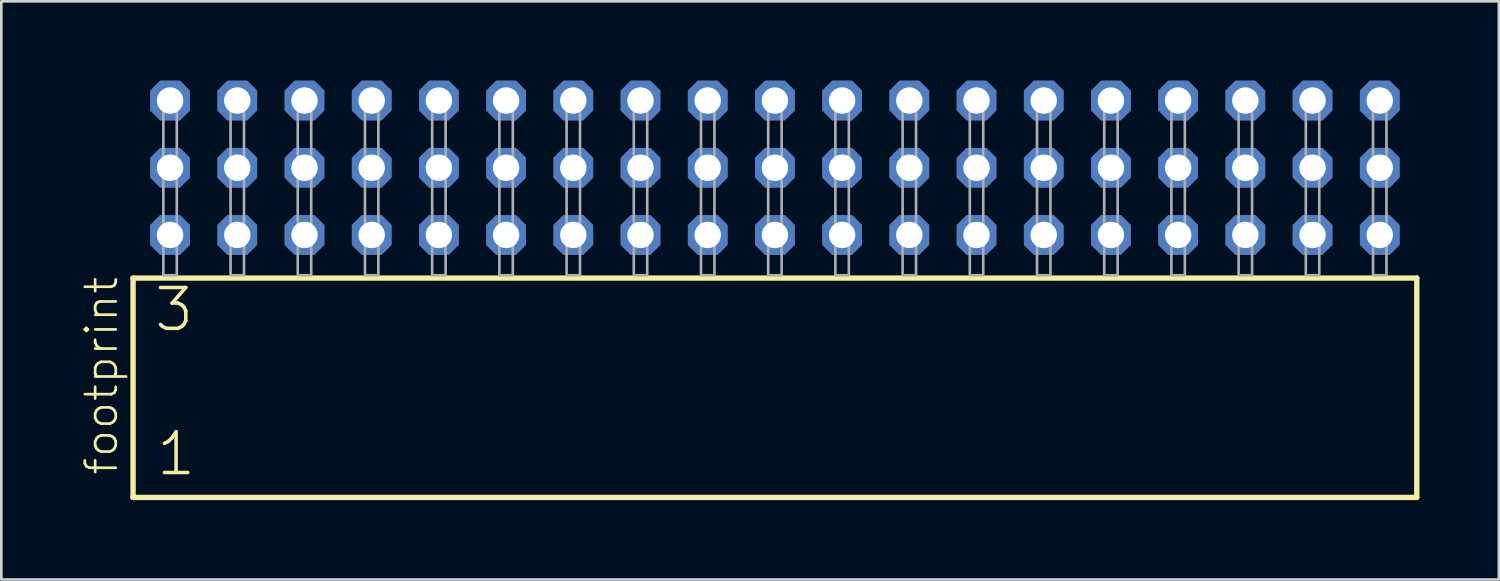
<source format=kicad_pcb>
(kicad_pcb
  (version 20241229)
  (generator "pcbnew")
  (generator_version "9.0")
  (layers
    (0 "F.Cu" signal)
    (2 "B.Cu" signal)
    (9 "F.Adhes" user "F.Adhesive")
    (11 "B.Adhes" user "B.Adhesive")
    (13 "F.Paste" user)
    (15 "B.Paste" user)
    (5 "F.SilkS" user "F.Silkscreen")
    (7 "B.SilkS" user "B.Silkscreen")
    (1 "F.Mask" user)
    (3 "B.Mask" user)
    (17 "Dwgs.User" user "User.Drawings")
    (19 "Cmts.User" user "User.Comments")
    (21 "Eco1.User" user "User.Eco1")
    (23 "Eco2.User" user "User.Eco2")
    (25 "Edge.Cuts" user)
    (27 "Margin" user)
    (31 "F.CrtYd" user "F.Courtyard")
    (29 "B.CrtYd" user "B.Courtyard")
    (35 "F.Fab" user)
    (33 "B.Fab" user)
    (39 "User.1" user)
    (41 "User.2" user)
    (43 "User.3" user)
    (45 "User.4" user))
  (footprint "footprint"
    (layer "F.Cu")
    (at 26.238 7.354)
    (property "Reference" "footprint" (at -24.765 7.62 90) (layer "F.SilkS") (effects (font (size 1.168 1.168) (thickness 0.102)) (justify left bottom)))
    (fp_line (start -24.259 0.106) (end -24.259 8.396) (stroke (width 0.203) (type solid)) (layer "F.SilkS"))
    (fp_line (start -24.259 8.396) (end 24.259 8.396) (stroke (width 0.203) (type solid)) (layer "F.SilkS"))
    (fp_line (start 24.259 0.106) (end -24.259 0.106) (stroke (width 0.203) (type solid)) (layer "F.SilkS"))
    (fp_line (start 24.259 8.396) (end 24.259 0.106) (stroke (width 0.203) (type solid)) (layer "F.SilkS"))
    (fp_poly (pts (xy -23.114 0) (xy -22.606 0) (xy -22.606 -6.858) (xy -23.114 -6.858)) (stroke (width 0.1) (type solid)) (fill no) (layer "F.Fab"))
    (fp_poly (pts (xy -20.574 0) (xy -20.066 0) (xy -20.066 -6.858) (xy -20.574 -6.858)) (stroke (width 0.1) (type solid)) (fill no) (layer "F.Fab"))
    (fp_poly (pts (xy -18.034 0) (xy -17.526 0) (xy -17.526 -6.858) (xy -18.034 -6.858)) (stroke (width 0.1) (type solid)) (fill no) (layer "F.Fab"))
    (fp_poly (pts (xy -15.494 0) (xy -14.986 0) (xy -14.986 -6.858) (xy -15.494 -6.858)) (stroke (width 0.1) (type solid)) (fill no) (layer "F.Fab"))
    (fp_poly (pts (xy -12.954 0) (xy -12.446 0) (xy -12.446 -6.858) (xy -12.954 -6.858)) (stroke (width 0.1) (type solid)) (fill no) (layer "F.Fab"))
    (fp_poly (pts (xy -10.414 0) (xy -9.906 0) (xy -9.906 -6.858) (xy -10.414 -6.858)) (stroke (width 0.1) (type solid)) (fill no) (layer "F.Fab"))
    (fp_poly (pts (xy -7.874 0) (xy -7.366 0) (xy -7.366 -6.858) (xy -7.874 -6.858)) (stroke (width 0.1) (type solid)) (fill no) (layer "F.Fab"))
    (fp_poly (pts (xy -5.334 0) (xy -4.826 0) (xy -4.826 -6.858) (xy -5.334 -6.858)) (stroke (width 0.1) (type solid)) (fill no) (layer "F.Fab"))
    (fp_poly (pts (xy -2.794 0) (xy -2.286 0) (xy -2.286 -6.858) (xy -2.794 -6.858)) (stroke (width 0.1) (type solid)) (fill no) (layer "F.Fab"))
    (fp_poly (pts (xy -0.254 0) (xy 0.254 0) (xy 0.254 -6.858) (xy -0.254 -6.858)) (stroke (width 0.1) (type solid)) (fill no) (layer "F.Fab"))
    (fp_poly (pts (xy 2.286 0) (xy 2.794 0) (xy 2.794 -6.858) (xy 2.286 -6.858)) (stroke (width 0.1) (type solid)) (fill no) (layer "F.Fab"))
    (fp_poly (pts (xy 4.826 0) (xy 5.334 0) (xy 5.334 -6.858) (xy 4.826 -6.858)) (stroke (width 0.1) (type solid)) (fill no) (layer "F.Fab"))
    (fp_poly (pts (xy 7.366 0) (xy 7.874 0) (xy 7.874 -6.858) (xy 7.366 -6.858)) (stroke (width 0.1) (type solid)) (fill no) (layer "F.Fab"))
    (fp_poly (pts (xy 9.906 0) (xy 10.414 0) (xy 10.414 -6.858) (xy 9.906 -6.858)) (stroke (width 0.1) (type solid)) (fill no) (layer "F.Fab"))
    (fp_poly (pts (xy 12.446 0) (xy 12.954 0) (xy 12.954 -6.858) (xy 12.446 -6.858)) (stroke (width 0.1) (type solid)) (fill no) (layer "F.Fab"))
    (fp_poly (pts (xy 14.986 0) (xy 15.494 0) (xy 15.494 -6.858) (xy 14.986 -6.858)) (stroke (width 0.1) (type solid)) (fill no) (layer "F.Fab"))
    (fp_poly (pts (xy 17.526 0) (xy 18.034 0) (xy 18.034 -6.858) (xy 17.526 -6.858)) (stroke (width 0.1) (type solid)) (fill no) (layer "F.Fab"))
    (fp_poly (pts (xy 20.066 0) (xy 20.574 0) (xy 20.574 -6.858) (xy 20.066 -6.858)) (stroke (width 0.1) (type solid)) (fill no) (layer "F.Fab"))
    (fp_poly (pts (xy 22.606 0) (xy 23.114 0) (xy 23.114 -6.858) (xy 22.606 -6.858)) (stroke (width 0.1) (type solid)) (fill no) (layer "F.Fab"))
    (fp_text user "3" (at -23.53 2.2 0) (layer "F.SilkS") (effects (font (size 1.542 1.542) (thickness 0.134)) (justify left bottom)))
    (fp_text user "1" (at -23.455 7.65 0) (layer "F.SilkS") (effects (font (size 1.542 1.542) (thickness 0.134)) (justify left bottom)))
    (pad "1" thru_hole roundrect (at -22.86 -1.524) (size 1.5 1.5) (drill 1) (layers "*.Cu" "*.Mask") (roundrect_rratio 0.25) (chamfer_ratio 0.25) (chamfer top_left top_right bottom_left bottom_right))
    (pad "2" thru_hole roundrect (at -22.86 -4.064) (size 1.5 1.5) (drill 1) (layers "*.Cu" "*.Mask") (roundrect_rratio 0.25) (chamfer_ratio 0.25) (chamfer top_left top_right bottom_left bottom_right))
    (pad "3" thru_hole roundrect (at -22.86 -6.604) (size 1.5 1.5) (drill 1) (layers "*.Cu" "*.Mask") (roundrect_rratio 0.25) (chamfer_ratio 0.25) (chamfer top_left top_right bottom_left bottom_right))
    (pad "4" thru_hole roundrect (at -20.32 -1.524) (size 1.5 1.5) (drill 1) (layers "*.Cu" "*.Mask") (roundrect_rratio 0.25) (chamfer_ratio 0.25) (chamfer top_left top_right bottom_left bottom_right))
    (pad "5" thru_hole roundrect (at -20.32 -4.064) (size 1.5 1.5) (drill 1) (layers "*.Cu" "*.Mask") (roundrect_rratio 0.25) (chamfer_ratio 0.25) (chamfer top_left top_right bottom_left bottom_right))
    (pad "6" thru_hole roundrect (at -20.32 -6.604) (size 1.5 1.5) (drill 1) (layers "*.Cu" "*.Mask") (roundrect_rratio 0.25) (chamfer_ratio 0.25) (chamfer top_left top_right bottom_left bottom_right))
    (pad "7" thru_hole roundrect (at -17.78 -1.524) (size 1.5 1.5) (drill 1) (layers "*.Cu" "*.Mask") (roundrect_rratio 0.25) (chamfer_ratio 0.25) (chamfer top_left top_right bottom_left bottom_right))
    (pad "8" thru_hole roundrect (at -17.78 -4.064) (size 1.5 1.5) (drill 1) (layers "*.Cu" "*.Mask") (roundrect_rratio 0.25) (chamfer_ratio 0.25) (chamfer top_left top_right bottom_left bottom_right))
    (pad "9" thru_hole roundrect (at -17.78 -6.604) (size 1.5 1.5) (drill 1) (layers "*.Cu" "*.Mask") (roundrect_rratio 0.25) (chamfer_ratio 0.25) (chamfer top_left top_right bottom_left bottom_right))
    (pad "10" thru_hole roundrect (at -15.24 -1.524) (size 1.5 1.5) (drill 1) (layers "*.Cu" "*.Mask") (roundrect_rratio 0.25) (chamfer_ratio 0.25) (chamfer top_left top_right bottom_left bottom_right))
    (pad "11" thru_hole roundrect (at -15.24 -4.064) (size 1.5 1.5) (drill 1) (layers "*.Cu" "*.Mask") (roundrect_rratio 0.25) (chamfer_ratio 0.25) (chamfer top_left top_right bottom_left bottom_right))
    (pad "12" thru_hole roundrect (at -15.24 -6.604) (size 1.5 1.5) (drill 1) (layers "*.Cu" "*.Mask") (roundrect_rratio 0.25) (chamfer_ratio 0.25) (chamfer top_left top_right bottom_left bottom_right))
    (pad "13" thru_hole roundrect (at -12.7 -1.524) (size 1.5 1.5) (drill 1) (layers "*.Cu" "*.Mask") (roundrect_rratio 0.25) (chamfer_ratio 0.25) (chamfer top_left top_right bottom_left bottom_right))
    (pad "14" thru_hole roundrect (at -12.7 -4.064) (size 1.5 1.5) (drill 1) (layers "*.Cu" "*.Mask") (roundrect_rratio 0.25) (chamfer_ratio 0.25) (chamfer top_left top_right bottom_left bottom_right))
    (pad "15" thru_hole roundrect (at -12.7 -6.604) (size 1.5 1.5) (drill 1) (layers "*.Cu" "*.Mask") (roundrect_rratio 0.25) (chamfer_ratio 0.25) (chamfer top_left top_right bottom_left bottom_right))
    (pad "16" thru_hole roundrect (at -10.16 -1.524) (size 1.5 1.5) (drill 1) (layers "*.Cu" "*.Mask") (roundrect_rratio 0.25) (chamfer_ratio 0.25) (chamfer top_left top_right bottom_left bottom_right))
    (pad "17" thru_hole roundrect (at -10.16 -4.064) (size 1.5 1.5) (drill 1) (layers "*.Cu" "*.Mask") (roundrect_rratio 0.25) (chamfer_ratio 0.25) (chamfer top_left top_right bottom_left bottom_right))
    (pad "18" thru_hole roundrect (at -10.16 -6.604) (size 1.5 1.5) (drill 1) (layers "*.Cu" "*.Mask") (roundrect_rratio 0.25) (chamfer_ratio 0.25) (chamfer top_left top_right bottom_left bottom_right))
    (pad "19" thru_hole roundrect (at -7.62 -1.524) (size 1.5 1.5) (drill 1) (layers "*.Cu" "*.Mask") (roundrect_rratio 0.25) (chamfer_ratio 0.25) (chamfer top_left top_right bottom_left bottom_right))
    (pad "20" thru_hole roundrect (at -7.62 -4.064) (size 1.5 1.5) (drill 1) (layers "*.Cu" "*.Mask") (roundrect_rratio 0.25) (chamfer_ratio 0.25) (chamfer top_left top_right bottom_left bottom_right))
    (pad "21" thru_hole roundrect (at -7.62 -6.604) (size 1.5 1.5) (drill 1) (layers "*.Cu" "*.Mask") (roundrect_rratio 0.25) (chamfer_ratio 0.25) (chamfer top_left top_right bottom_left bottom_right))
    (pad "22" thru_hole roundrect (at -5.08 -1.524) (size 1.5 1.5) (drill 1) (layers "*.Cu" "*.Mask") (roundrect_rratio 0.25) (chamfer_ratio 0.25) (chamfer top_left top_right bottom_left bottom_right))
    (pad "23" thru_hole roundrect (at -5.08 -4.064) (size 1.5 1.5) (drill 1) (layers "*.Cu" "*.Mask") (roundrect_rratio 0.25) (chamfer_ratio 0.25) (chamfer top_left top_right bottom_left bottom_right))
    (pad "24" thru_hole roundrect (at -5.08 -6.604) (size 1.5 1.5) (drill 1) (layers "*.Cu" "*.Mask") (roundrect_rratio 0.25) (chamfer_ratio 0.25) (chamfer top_left top_right bottom_left bottom_right))
    (pad "25" thru_hole roundrect (at -2.54 -1.524) (size 1.5 1.5) (drill 1) (layers "*.Cu" "*.Mask") (roundrect_rratio 0.25) (chamfer_ratio 0.25) (chamfer top_left top_right bottom_left bottom_right))
    (pad "26" thru_hole roundrect (at -2.54 -4.064) (size 1.5 1.5) (drill 1) (layers "*.Cu" "*.Mask") (roundrect_rratio 0.25) (chamfer_ratio 0.25) (chamfer top_left top_right bottom_left bottom_right))
    (pad "27" thru_hole roundrect (at -2.54 -6.604) (size 1.5 1.5) (drill 1) (layers "*.Cu" "*.Mask") (roundrect_rratio 0.25) (chamfer_ratio 0.25) (chamfer top_left top_right bottom_left bottom_right))
    (pad "28" thru_hole roundrect (at 0 -1.524) (size 1.5 1.5) (drill 1) (layers "*.Cu" "*.Mask") (roundrect_rratio 0.25) (chamfer_ratio 0.25) (chamfer top_left top_right bottom_left bottom_right))
    (pad "29" thru_hole roundrect (at 0 -4.064) (size 1.5 1.5) (drill 1) (layers "*.Cu" "*.Mask") (roundrect_rratio 0.25) (chamfer_ratio 0.25) (chamfer top_left top_right bottom_left bottom_right))
    (pad "30" thru_hole roundrect (at 0 -6.604) (size 1.5 1.5) (drill 1) (layers "*.Cu" "*.Mask") (roundrect_rratio 0.25) (chamfer_ratio 0.25) (chamfer top_left top_right bottom_left bottom_right))
    (pad "31" thru_hole roundrect (at 2.54 -1.524) (size 1.5 1.5) (drill 1) (layers "*.Cu" "*.Mask") (roundrect_rratio 0.25) (chamfer_ratio 0.25) (chamfer top_left top_right bottom_left bottom_right))
    (pad "32" thru_hole roundrect (at 2.54 -4.064) (size 1.5 1.5) (drill 1) (layers "*.Cu" "*.Mask") (roundrect_rratio 0.25) (chamfer_ratio 0.25) (chamfer top_left top_right bottom_left bottom_right))
    (pad "33" thru_hole roundrect (at 2.54 -6.604) (size 1.5 1.5) (drill 1) (layers "*.Cu" "*.Mask") (roundrect_rratio 0.25) (chamfer_ratio 0.25) (chamfer top_left top_right bottom_left bottom_right))
    (pad "34" thru_hole roundrect (at 5.08 -1.524) (size 1.5 1.5) (drill 1) (layers "*.Cu" "*.Mask") (roundrect_rratio 0.25) (chamfer_ratio 0.25) (chamfer top_left top_right bottom_left bottom_right))
    (pad "35" thru_hole roundrect (at 5.08 -4.064) (size 1.5 1.5) (drill 1) (layers "*.Cu" "*.Mask") (roundrect_rratio 0.25) (chamfer_ratio 0.25) (chamfer top_left top_right bottom_left bottom_right))
    (pad "36" thru_hole roundrect (at 5.08 -6.604) (size 1.5 1.5) (drill 1) (layers "*.Cu" "*.Mask") (roundrect_rratio 0.25) (chamfer_ratio 0.25) (chamfer top_left top_right bottom_left bottom_right))
    (pad "37" thru_hole roundrect (at 7.62 -1.524) (size 1.5 1.5) (drill 1) (layers "*.Cu" "*.Mask") (roundrect_rratio 0.25) (chamfer_ratio 0.25) (chamfer top_left top_right bottom_left bottom_right))
    (pad "38" thru_hole roundrect (at 7.62 -4.064) (size 1.5 1.5) (drill 1) (layers "*.Cu" "*.Mask") (roundrect_rratio 0.25) (chamfer_ratio 0.25) (chamfer top_left top_right bottom_left bottom_right))
    (pad "39" thru_hole roundrect (at 7.62 -6.604) (size 1.5 1.5) (drill 1) (layers "*.Cu" "*.Mask") (roundrect_rratio 0.25) (chamfer_ratio 0.25) (chamfer top_left top_right bottom_left bottom_right))
    (pad "40" thru_hole roundrect (at 10.16 -1.524) (size 1.5 1.5) (drill 1) (layers "*.Cu" "*.Mask") (roundrect_rratio 0.25) (chamfer_ratio 0.25) (chamfer top_left top_right bottom_left bottom_right))
    (pad "41" thru_hole roundrect (at 10.16 -4.064) (size 1.5 1.5) (drill 1) (layers "*.Cu" "*.Mask") (roundrect_rratio 0.25) (chamfer_ratio 0.25) (chamfer top_left top_right bottom_left bottom_right))
    (pad "42" thru_hole roundrect (at 10.16 -6.604) (size 1.5 1.5) (drill 1) (layers "*.Cu" "*.Mask") (roundrect_rratio 0.25) (chamfer_ratio 0.25) (chamfer top_left top_right bottom_left bottom_right))
    (pad "43" thru_hole roundrect (at 12.7 -1.524) (size 1.5 1.5) (drill 1) (layers "*.Cu" "*.Mask") (roundrect_rratio 0.25) (chamfer_ratio 0.25) (chamfer top_left top_right bottom_left bottom_right))
    (pad "44" thru_hole roundrect (at 12.7 -4.064) (size 1.5 1.5) (drill 1) (layers "*.Cu" "*.Mask") (roundrect_rratio 0.25) (chamfer_ratio 0.25) (chamfer top_left top_right bottom_left bottom_right))
    (pad "45" thru_hole roundrect (at 12.7 -6.604) (size 1.5 1.5) (drill 1) (layers "*.Cu" "*.Mask") (roundrect_rratio 0.25) (chamfer_ratio 0.25) (chamfer top_left top_right bottom_left bottom_right))
    (pad "46" thru_hole roundrect (at 15.24 -1.524) (size 1.5 1.5) (drill 1) (layers "*.Cu" "*.Mask") (roundrect_rratio 0.25) (chamfer_ratio 0.25) (chamfer top_left top_right bottom_left bottom_right))
    (pad "47" thru_hole roundrect (at 15.24 -4.064) (size 1.5 1.5) (drill 1) (layers "*.Cu" "*.Mask") (roundrect_rratio 0.25) (chamfer_ratio 0.25) (chamfer top_left top_right bottom_left bottom_right))
    (pad "48" thru_hole roundrect (at 15.24 -6.604) (size 1.5 1.5) (drill 1) (layers "*.Cu" "*.Mask") (roundrect_rratio 0.25) (chamfer_ratio 0.25) (chamfer top_left top_right bottom_left bottom_right))
    (pad "49" thru_hole roundrect (at 17.78 -1.524) (size 1.5 1.5) (drill 1) (layers "*.Cu" "*.Mask") (roundrect_rratio 0.25) (chamfer_ratio 0.25) (chamfer top_left top_right bottom_left bottom_right))
    (pad "50" thru_hole roundrect (at 17.78 -4.064) (size 1.5 1.5) (drill 1) (layers "*.Cu" "*.Mask") (roundrect_rratio 0.25) (chamfer_ratio 0.25) (chamfer top_left top_right bottom_left bottom_right))
    (pad "51" thru_hole roundrect (at 17.78 -6.604) (size 1.5 1.5) (drill 1) (layers "*.Cu" "*.Mask") (roundrect_rratio 0.25) (chamfer_ratio 0.25) (chamfer top_left top_right bottom_left bottom_right))
    (pad "52" thru_hole roundrect (at 20.32 -1.524) (size 1.5 1.5) (drill 1) (layers "*.Cu" "*.Mask") (roundrect_rratio 0.25) (chamfer_ratio 0.25) (chamfer top_left top_right bottom_left bottom_right))
    (pad "53" thru_hole roundrect (at 20.32 -4.064) (size 1.5 1.5) (drill 1) (layers "*.Cu" "*.Mask") (roundrect_rratio 0.25) (chamfer_ratio 0.25) (chamfer top_left top_right bottom_left bottom_right))
    (pad "54" thru_hole roundrect (at 20.32 -6.604) (size 1.5 1.5) (drill 1) (layers "*.Cu" "*.Mask") (roundrect_rratio 0.25) (chamfer_ratio 0.25) (chamfer top_left top_right bottom_left bottom_right))
    (pad "55" thru_hole roundrect (at 22.86 -1.524) (size 1.5 1.5) (drill 1) (layers "*.Cu" "*.Mask") (roundrect_rratio 0.25) (chamfer_ratio 0.25) (chamfer top_left top_right bottom_left bottom_right))
    (pad "56" thru_hole roundrect (at 22.86 -4.064) (size 1.5 1.5) (drill 1) (layers "*.Cu" "*.Mask") (roundrect_rratio 0.25) (chamfer_ratio 0.25) (chamfer top_left top_right bottom_left bottom_right))
    (pad "57" thru_hole roundrect (at 22.86 -6.604) (size 1.5 1.5) (drill 1) (layers "*.Cu" "*.Mask") (roundrect_rratio 0.25) (chamfer_ratio 0.25) (chamfer top_left top_right bottom_left bottom_right)))
  (gr_rect
    (start -3 -3)
    (end 53.599 18.852)
    (stroke (width 0.1) (type default))
    (fill no)
    (layer "Edge.Cuts")))
</source>
